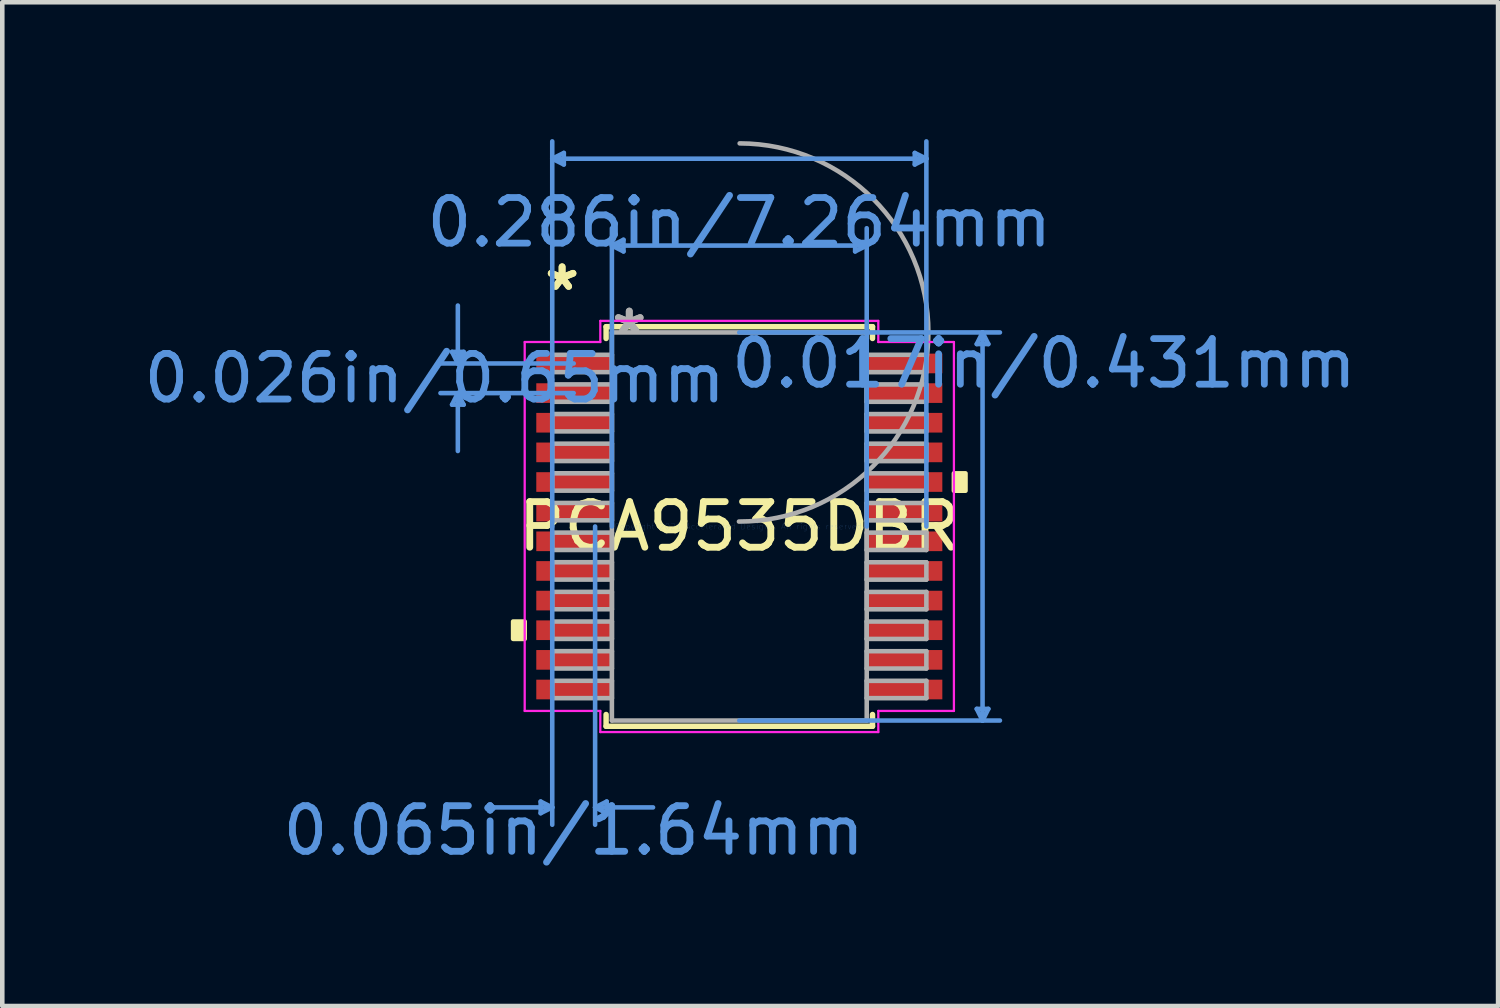
<source format=kicad_pcb>
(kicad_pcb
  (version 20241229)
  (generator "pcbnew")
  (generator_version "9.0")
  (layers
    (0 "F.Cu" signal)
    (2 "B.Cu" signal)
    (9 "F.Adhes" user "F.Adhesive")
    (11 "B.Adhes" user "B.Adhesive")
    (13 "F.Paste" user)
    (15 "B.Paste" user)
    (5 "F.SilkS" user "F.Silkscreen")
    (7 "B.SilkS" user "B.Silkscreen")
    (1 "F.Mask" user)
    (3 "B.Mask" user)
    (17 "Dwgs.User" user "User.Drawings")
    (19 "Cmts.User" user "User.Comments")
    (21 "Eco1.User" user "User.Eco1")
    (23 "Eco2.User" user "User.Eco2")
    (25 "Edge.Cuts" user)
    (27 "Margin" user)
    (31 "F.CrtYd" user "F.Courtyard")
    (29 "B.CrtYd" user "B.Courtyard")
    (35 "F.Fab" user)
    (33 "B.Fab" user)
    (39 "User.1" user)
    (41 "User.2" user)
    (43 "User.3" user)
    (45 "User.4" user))
  (footprint "PCA9535DBR"
    (layer "F.Cu")
    (at 13.162 8.495)
    (property "Reference" "PCA9535DBR" (at 0 0 0) (layer "F.SilkS") (effects (font (size 1 1) (thickness 0.15))))
    (attr smd)
    (fp_line (start -2.921 -4.381) (end -2.921 -4.123) (stroke (width 0.12) (type solid)) (layer "F.SilkS"))
    (fp_line (start -2.921 4.123) (end -2.921 4.381) (stroke (width 0.12) (type solid)) (layer "F.SilkS"))
    (fp_line (start -2.921 4.381) (end 2.921 4.381) (stroke (width 0.12) (type solid)) (layer "F.SilkS"))
    (fp_line (start 2.921 -4.381) (end -2.921 -4.381) (stroke (width 0.12) (type solid)) (layer "F.SilkS"))
    (fp_line (start 2.921 -4.123) (end 2.921 -4.381) (stroke (width 0.12) (type solid)) (layer "F.SilkS"))
    (fp_line (start 2.921 4.381) (end 2.921 4.123) (stroke (width 0.12) (type solid)) (layer "F.SilkS"))
    (fp_poly (pts (xy -4.96 2.084) (xy -4.96 2.465) (xy -4.706 2.465) (xy -4.706 2.084)) (stroke (width 0.1) (type solid)) (fill yes) (layer "F.SilkS"))
    (fp_poly (pts (xy 4.96 -1.165) (xy 4.96 -0.784) (xy 4.706 -0.784) (xy 4.706 -1.165)) (stroke (width 0.1) (type solid)) (fill yes) (layer "F.SilkS"))
    (fp_line (start -6.299 -3.829) (end -6.045 -3.829) (stroke (width 0.1) (type solid)) (layer "Cmts.User"))
    (fp_line (start -6.299 -2.671) (end -6.045 -2.671) (stroke (width 0.1) (type solid)) (layer "Cmts.User"))
    (fp_line (start -6.172 -3.575) (end -6.299 -3.829) (stroke (width 0.1) (type solid)) (layer "Cmts.User"))
    (fp_line (start -6.172 -3.575) (end -6.172 -4.845) (stroke (width 0.1) (type solid)) (layer "Cmts.User"))
    (fp_line (start -6.172 -3.575) (end -6.045 -3.829) (stroke (width 0.1) (type solid)) (layer "Cmts.User"))
    (fp_line (start -6.172 -2.925) (end -6.299 -2.671) (stroke (width 0.1) (type solid)) (layer "Cmts.User"))
    (fp_line (start -6.172 -2.925) (end -6.172 -1.655) (stroke (width 0.1) (type solid)) (layer "Cmts.User"))
    (fp_line (start -6.172 -2.925) (end -6.045 -2.671) (stroke (width 0.1) (type solid)) (layer "Cmts.User"))
    (fp_line (start -4.356 6.032) (end -4.356 6.287) (stroke (width 0.1) (type solid)) (layer "Cmts.User"))
    (fp_line (start -4.102 -8.065) (end -3.848 -8.191) (stroke (width 0.1) (type solid)) (layer "Cmts.User"))
    (fp_line (start -4.102 -8.065) (end -3.848 -7.938) (stroke (width 0.1) (type solid)) (layer "Cmts.User"))
    (fp_line (start -4.102 -8.065) (end 4.102 -8.065) (stroke (width 0.1) (type solid)) (layer "Cmts.User"))
    (fp_line (start -4.102 0) (end -4.102 -8.445) (stroke (width 0.1) (type solid)) (layer "Cmts.User"))
    (fp_line (start -4.102 0) (end -4.102 6.54) (stroke (width 0.1) (type solid)) (layer "Cmts.User"))
    (fp_line (start -4.102 6.16) (end -5.372 6.16) (stroke (width 0.1) (type solid)) (layer "Cmts.User"))
    (fp_line (start -4.102 6.16) (end -4.356 6.032) (stroke (width 0.1) (type solid)) (layer "Cmts.User"))
    (fp_line (start -4.102 6.16) (end -4.356 6.287) (stroke (width 0.1) (type solid)) (layer "Cmts.User"))
    (fp_line (start -3.848 -8.191) (end -3.848 -7.938) (stroke (width 0.1) (type solid)) (layer "Cmts.User"))
    (fp_line (start -3.632 -3.575) (end -6.553 -3.575) (stroke (width 0.1) (type solid)) (layer "Cmts.User"))
    (fp_line (start -3.632 -2.925) (end -6.553 -2.925) (stroke (width 0.1) (type solid)) (layer "Cmts.User"))
    (fp_line (start -3.162 0) (end -3.162 6.54) (stroke (width 0.1) (type solid)) (layer "Cmts.User"))
    (fp_line (start -3.162 6.16) (end -2.908 6.032) (stroke (width 0.1) (type solid)) (layer "Cmts.User"))
    (fp_line (start -3.162 6.16) (end -2.908 6.287) (stroke (width 0.1) (type solid)) (layer "Cmts.User"))
    (fp_line (start -3.162 6.16) (end -1.892 6.16) (stroke (width 0.1) (type solid)) (layer "Cmts.User"))
    (fp_line (start -2.908 6.032) (end -2.908 6.287) (stroke (width 0.1) (type solid)) (layer "Cmts.User"))
    (fp_line (start -2.794 -6.16) (end -2.54 -6.287) (stroke (width 0.1) (type solid)) (layer "Cmts.User"))
    (fp_line (start -2.794 -6.16) (end -2.54 -6.032) (stroke (width 0.1) (type solid)) (layer "Cmts.User"))
    (fp_line (start -2.794 -6.16) (end 2.794 -6.16) (stroke (width 0.1) (type solid)) (layer "Cmts.User"))
    (fp_line (start -2.794 0) (end -2.794 -6.54) (stroke (width 0.1) (type solid)) (layer "Cmts.User"))
    (fp_line (start -2.54 -6.287) (end -2.54 -6.032) (stroke (width 0.1) (type solid)) (layer "Cmts.User"))
    (fp_line (start 0 -4.255) (end 5.715 -4.255) (stroke (width 0.1) (type solid)) (layer "Cmts.User"))
    (fp_line (start 0 4.255) (end 5.715 4.255) (stroke (width 0.1) (type solid)) (layer "Cmts.User"))
    (fp_line (start 2.54 -6.287) (end 2.54 -6.032) (stroke (width 0.1) (type solid)) (layer "Cmts.User"))
    (fp_line (start 2.794 -6.16) (end 2.54 -6.287) (stroke (width 0.1) (type solid)) (layer "Cmts.User"))
    (fp_line (start 2.794 -6.16) (end 2.54 -6.032) (stroke (width 0.1) (type solid)) (layer "Cmts.User"))
    (fp_line (start 2.794 0) (end 2.794 -6.54) (stroke (width 0.1) (type solid)) (layer "Cmts.User"))
    (fp_line (start 3.848 -8.191) (end 3.848 -7.938) (stroke (width 0.1) (type solid)) (layer "Cmts.User"))
    (fp_line (start 4.102 -8.065) (end 3.848 -8.191) (stroke (width 0.1) (type solid)) (layer "Cmts.User"))
    (fp_line (start 4.102 -8.065) (end 3.848 -7.938) (stroke (width 0.1) (type solid)) (layer "Cmts.User"))
    (fp_line (start 4.102 0) (end 4.102 -8.445) (stroke (width 0.1) (type solid)) (layer "Cmts.User"))
    (fp_line (start 5.207 -4) (end 5.461 -4) (stroke (width 0.1) (type solid)) (layer "Cmts.User"))
    (fp_line (start 5.207 4) (end 5.461 4) (stroke (width 0.1) (type solid)) (layer "Cmts.User"))
    (fp_line (start 5.334 -4.255) (end 5.207 -4) (stroke (width 0.1) (type solid)) (layer "Cmts.User"))
    (fp_line (start 5.334 -4.255) (end 5.334 4.255) (stroke (width 0.1) (type solid)) (layer "Cmts.User"))
    (fp_line (start 5.334 -4.255) (end 5.461 -4) (stroke (width 0.1) (type solid)) (layer "Cmts.User"))
    (fp_line (start 5.334 4.255) (end 5.207 4) (stroke (width 0.1) (type solid)) (layer "Cmts.User"))
    (fp_line (start 5.334 4.255) (end 5.461 4) (stroke (width 0.1) (type solid)) (layer "Cmts.User"))
    (fp_line (start -4.706 -4.045) (end -3.048 -4.045) (stroke (width 0.05) (type solid)) (layer "F.CrtYd"))
    (fp_line (start -4.706 4.045) (end -4.706 -4.045) (stroke (width 0.05) (type solid)) (layer "F.CrtYd"))
    (fp_line (start -3.048 -4.508) (end 3.048 -4.508) (stroke (width 0.05) (type solid)) (layer "F.CrtYd"))
    (fp_line (start -3.048 -4.045) (end -3.048 -4.508) (stroke (width 0.05) (type solid)) (layer "F.CrtYd"))
    (fp_line (start -3.048 4.045) (end -4.706 4.045) (stroke (width 0.05) (type solid)) (layer "F.CrtYd"))
    (fp_line (start -3.048 4.508) (end -3.048 4.045) (stroke (width 0.05) (type solid)) (layer "F.CrtYd"))
    (fp_line (start 3.048 -4.508) (end 3.048 -4.045) (stroke (width 0.05) (type solid)) (layer "F.CrtYd"))
    (fp_line (start 3.048 -4.045) (end 4.706 -4.045) (stroke (width 0.05) (type solid)) (layer "F.CrtYd"))
    (fp_line (start 3.048 4.045) (end 3.048 4.508) (stroke (width 0.05) (type solid)) (layer "F.CrtYd"))
    (fp_line (start 3.048 4.508) (end -3.048 4.508) (stroke (width 0.05) (type solid)) (layer "F.CrtYd"))
    (fp_line (start 4.706 -4.045) (end 4.706 4.045) (stroke (width 0.05) (type solid)) (layer "F.CrtYd"))
    (fp_line (start 4.706 4.045) (end 3.048 4.045) (stroke (width 0.05) (type solid)) (layer "F.CrtYd"))
    (fp_line (start -4.102 -3.765) (end -4.102 -3.385) (stroke (width 0.1) (type solid)) (layer "F.Fab"))
    (fp_line (start -4.102 -3.385) (end -2.794 -3.385) (stroke (width 0.1) (type solid)) (layer "F.Fab"))
    (fp_line (start -4.102 -3.116) (end -4.102 -2.735) (stroke (width 0.1) (type solid)) (layer "F.Fab"))
    (fp_line (start -4.102 -2.735) (end -2.794 -2.735) (stroke (width 0.1) (type solid)) (layer "F.Fab"))
    (fp_line (start -4.102 -2.466) (end -4.102 -2.085) (stroke (width 0.1) (type solid)) (layer "F.Fab"))
    (fp_line (start -4.102 -2.085) (end -2.794 -2.085) (stroke (width 0.1) (type solid)) (layer "F.Fab"))
    (fp_line (start -4.102 -1.816) (end -4.102 -1.435) (stroke (width 0.1) (type solid)) (layer "F.Fab"))
    (fp_line (start -4.102 -1.435) (end -2.794 -1.435) (stroke (width 0.1) (type solid)) (layer "F.Fab"))
    (fp_line (start -4.102 -1.166) (end -4.102 -0.785) (stroke (width 0.1) (type solid)) (layer "F.Fab"))
    (fp_line (start -4.102 -0.785) (end -2.794 -0.785) (stroke (width 0.1) (type solid)) (layer "F.Fab"))
    (fp_line (start -4.102 -0.516) (end -4.102 -0.135) (stroke (width 0.1) (type solid)) (layer "F.Fab"))
    (fp_line (start -4.102 -0.135) (end -2.794 -0.135) (stroke (width 0.1) (type solid)) (layer "F.Fab"))
    (fp_line (start -4.102 0.134) (end -4.102 0.515) (stroke (width 0.1) (type solid)) (layer "F.Fab"))
    (fp_line (start -4.102 0.515) (end -2.794 0.515) (stroke (width 0.1) (type solid)) (layer "F.Fab"))
    (fp_line (start -4.102 0.784) (end -4.102 1.165) (stroke (width 0.1) (type solid)) (layer "F.Fab"))
    (fp_line (start -4.102 1.165) (end -2.794 1.165) (stroke (width 0.1) (type solid)) (layer "F.Fab"))
    (fp_line (start -4.102 1.434) (end -4.102 1.815) (stroke (width 0.1) (type solid)) (layer "F.Fab"))
    (fp_line (start -4.102 1.815) (end -2.794 1.815) (stroke (width 0.1) (type solid)) (layer "F.Fab"))
    (fp_line (start -4.102 2.084) (end -4.102 2.465) (stroke (width 0.1) (type solid)) (layer "F.Fab"))
    (fp_line (start -4.102 2.465) (end -2.794 2.465) (stroke (width 0.1) (type solid)) (layer "F.Fab"))
    (fp_line (start -4.102 2.734) (end -4.102 3.115) (stroke (width 0.1) (type solid)) (layer "F.Fab"))
    (fp_line (start -4.102 3.115) (end -2.794 3.115) (stroke (width 0.1) (type solid)) (layer "F.Fab"))
    (fp_line (start -4.102 3.384) (end -4.102 3.765) (stroke (width 0.1) (type solid)) (layer "F.Fab"))
    (fp_line (start -4.102 3.765) (end -2.794 3.765) (stroke (width 0.1) (type solid)) (layer "F.Fab"))
    (fp_line (start -2.794 -4.255) (end -2.794 4.255) (stroke (width 0.1) (type solid)) (layer "F.Fab"))
    (fp_line (start -2.794 -3.765) (end -4.102 -3.765) (stroke (width 0.1) (type solid)) (layer "F.Fab"))
    (fp_line (start -2.794 -3.385) (end -2.794 -3.765) (stroke (width 0.1) (type solid)) (layer "F.Fab"))
    (fp_line (start -2.794 -3.116) (end -4.102 -3.116) (stroke (width 0.1) (type solid)) (layer "F.Fab"))
    (fp_line (start -2.794 -2.735) (end -2.794 -3.116) (stroke (width 0.1) (type solid)) (layer "F.Fab"))
    (fp_line (start -2.794 -2.466) (end -4.102 -2.466) (stroke (width 0.1) (type solid)) (layer "F.Fab"))
    (fp_line (start -2.794 -2.085) (end -2.794 -2.466) (stroke (width 0.1) (type solid)) (layer "F.Fab"))
    (fp_line (start -2.794 -1.816) (end -4.102 -1.816) (stroke (width 0.1) (type solid)) (layer "F.Fab"))
    (fp_line (start -2.794 -1.435) (end -2.794 -1.816) (stroke (width 0.1) (type solid)) (layer "F.Fab"))
    (fp_line (start -2.794 -1.166) (end -4.102 -1.166) (stroke (width 0.1) (type solid)) (layer "F.Fab"))
    (fp_line (start -2.794 -0.785) (end -2.794 -1.166) (stroke (width 0.1) (type solid)) (layer "F.Fab"))
    (fp_line (start -2.794 -0.516) (end -4.102 -0.516) (stroke (width 0.1) (type solid)) (layer "F.Fab"))
    (fp_line (start -2.794 -0.135) (end -2.794 -0.516) (stroke (width 0.1) (type solid)) (layer "F.Fab"))
    (fp_line (start -2.794 0.134) (end -4.102 0.134) (stroke (width 0.1) (type solid)) (layer "F.Fab"))
    (fp_line (start -2.794 0.515) (end -2.794 0.134) (stroke (width 0.1) (type solid)) (layer "F.Fab"))
    (fp_line (start -2.794 0.784) (end -4.102 0.784) (stroke (width 0.1) (type solid)) (layer "F.Fab"))
    (fp_line (start -2.794 1.165) (end -2.794 0.784) (stroke (width 0.1) (type solid)) (layer "F.Fab"))
    (fp_line (start -2.794 1.434) (end -4.102 1.434) (stroke (width 0.1) (type solid)) (layer "F.Fab"))
    (fp_line (start -2.794 1.815) (end -2.794 1.434) (stroke (width 0.1) (type solid)) (layer "F.Fab"))
    (fp_line (start -2.794 2.084) (end -4.102 2.084) (stroke (width 0.1) (type solid)) (layer "F.Fab"))
    (fp_line (start -2.794 2.465) (end -2.794 2.084) (stroke (width 0.1) (type solid)) (layer "F.Fab"))
    (fp_line (start -2.794 2.734) (end -4.102 2.734) (stroke (width 0.1) (type solid)) (layer "F.Fab"))
    (fp_line (start -2.794 3.115) (end -2.794 2.734) (stroke (width 0.1) (type solid)) (layer "F.Fab"))
    (fp_line (start -2.794 3.384) (end -4.102 3.384) (stroke (width 0.1) (type solid)) (layer "F.Fab"))
    (fp_line (start -2.794 3.765) (end -2.794 3.384) (stroke (width 0.1) (type solid)) (layer "F.Fab"))
    (fp_line (start -2.794 4.255) (end 2.794 4.255) (stroke (width 0.1) (type solid)) (layer "F.Fab"))
    (fp_line (start 2.794 -4.255) (end -2.794 -4.255) (stroke (width 0.1) (type solid)) (layer "F.Fab"))
    (fp_line (start 2.794 -3.765) (end 2.794 -3.384) (stroke (width 0.1) (type solid)) (layer "F.Fab"))
    (fp_line (start 2.794 -3.384) (end 4.102 -3.384) (stroke (width 0.1) (type solid)) (layer "F.Fab"))
    (fp_line (start 2.794 -3.115) (end 2.794 -2.734) (stroke (width 0.1) (type solid)) (layer "F.Fab"))
    (fp_line (start 2.794 -2.734) (end 4.102 -2.734) (stroke (width 0.1) (type solid)) (layer "F.Fab"))
    (fp_line (start 2.794 -2.465) (end 2.794 -2.084) (stroke (width 0.1) (type solid)) (layer "F.Fab"))
    (fp_line (start 2.794 -2.084) (end 4.102 -2.084) (stroke (width 0.1) (type solid)) (layer "F.Fab"))
    (fp_line (start 2.794 -1.815) (end 2.794 -1.434) (stroke (width 0.1) (type solid)) (layer "F.Fab"))
    (fp_line (start 2.794 -1.434) (end 4.102 -1.434) (stroke (width 0.1) (type solid)) (layer "F.Fab"))
    (fp_line (start 2.794 -1.165) (end 2.794 -0.784) (stroke (width 0.1) (type solid)) (layer "F.Fab"))
    (fp_line (start 2.794 -0.784) (end 4.102 -0.784) (stroke (width 0.1) (type solid)) (layer "F.Fab"))
    (fp_line (start 2.794 -0.515) (end 2.794 -0.134) (stroke (width 0.1) (type solid)) (layer "F.Fab"))
    (fp_line (start 2.794 -0.134) (end 4.102 -0.134) (stroke (width 0.1) (type solid)) (layer "F.Fab"))
    (fp_line (start 2.794 0.135) (end 2.794 0.516) (stroke (width 0.1) (type solid)) (layer "F.Fab"))
    (fp_line (start 2.794 0.516) (end 4.102 0.516) (stroke (width 0.1) (type solid)) (layer "F.Fab"))
    (fp_line (start 2.794 0.785) (end 2.794 1.166) (stroke (width 0.1) (type solid)) (layer "F.Fab"))
    (fp_line (start 2.794 1.166) (end 4.102 1.166) (stroke (width 0.1) (type solid)) (layer "F.Fab"))
    (fp_line (start 2.794 1.435) (end 2.794 1.816) (stroke (width 0.1) (type solid)) (layer "F.Fab"))
    (fp_line (start 2.794 1.816) (end 4.102 1.816) (stroke (width 0.1) (type solid)) (layer "F.Fab"))
    (fp_line (start 2.794 2.084) (end 2.794 2.466) (stroke (width 0.1) (type solid)) (layer "F.Fab"))
    (fp_line (start 2.794 2.466) (end 4.102 2.466) (stroke (width 0.1) (type solid)) (layer "F.Fab"))
    (fp_line (start 2.794 2.735) (end 2.794 3.115) (stroke (width 0.1) (type solid)) (layer "F.Fab"))
    (fp_line (start 2.794 3.115) (end 4.102 3.115) (stroke (width 0.1) (type solid)) (layer "F.Fab"))
    (fp_line (start 2.794 3.385) (end 2.794 3.765) (stroke (width 0.1) (type solid)) (layer "F.Fab"))
    (fp_line (start 2.794 3.765) (end 4.102 3.765) (stroke (width 0.1) (type solid)) (layer "F.Fab"))
    (fp_line (start 2.794 4.255) (end 2.794 -4.255) (stroke (width 0.1) (type solid)) (layer "F.Fab"))
    (fp_line (start 4.102 -3.765) (end 2.794 -3.765) (stroke (width 0.1) (type solid)) (layer "F.Fab"))
    (fp_line (start 4.102 -3.384) (end 4.102 -3.765) (stroke (width 0.1) (type solid)) (layer "F.Fab"))
    (fp_line (start 4.102 -3.115) (end 2.794 -3.115) (stroke (width 0.1) (type solid)) (layer "F.Fab"))
    (fp_line (start 4.102 -2.734) (end 4.102 -3.115) (stroke (width 0.1) (type solid)) (layer "F.Fab"))
    (fp_line (start 4.102 -2.465) (end 2.794 -2.465) (stroke (width 0.1) (type solid)) (layer "F.Fab"))
    (fp_line (start 4.102 -2.084) (end 4.102 -2.465) (stroke (width 0.1) (type solid)) (layer "F.Fab"))
    (fp_line (start 4.102 -1.815) (end 2.794 -1.815) (stroke (width 0.1) (type solid)) (layer "F.Fab"))
    (fp_line (start 4.102 -1.434) (end 4.102 -1.815) (stroke (width 0.1) (type solid)) (layer "F.Fab"))
    (fp_line (start 4.102 -1.165) (end 2.794 -1.165) (stroke (width 0.1) (type solid)) (layer "F.Fab"))
    (fp_line (start 4.102 -0.784) (end 4.102 -1.165) (stroke (width 0.1) (type solid)) (layer "F.Fab"))
    (fp_line (start 4.102 -0.515) (end 2.794 -0.515) (stroke (width 0.1) (type solid)) (layer "F.Fab"))
    (fp_line (start 4.102 -0.134) (end 4.102 -0.515) (stroke (width 0.1) (type solid)) (layer "F.Fab"))
    (fp_line (start 4.102 0.135) (end 2.794 0.135) (stroke (width 0.1) (type solid)) (layer "F.Fab"))
    (fp_line (start 4.102 0.516) (end 4.102 0.135) (stroke (width 0.1) (type solid)) (layer "F.Fab"))
    (fp_line (start 4.102 0.785) (end 2.794 0.785) (stroke (width 0.1) (type solid)) (layer "F.Fab"))
    (fp_line (start 4.102 1.166) (end 4.102 0.785) (stroke (width 0.1) (type solid)) (layer "F.Fab"))
    (fp_line (start 4.102 1.435) (end 2.794 1.435) (stroke (width 0.1) (type solid)) (layer "F.Fab"))
    (fp_line (start 4.102 1.816) (end 4.102 1.435) (stroke (width 0.1) (type solid)) (layer "F.Fab"))
    (fp_line (start 4.102 2.084) (end 2.794 2.084) (stroke (width 0.1) (type solid)) (layer "F.Fab"))
    (fp_line (start 4.102 2.466) (end 4.102 2.084) (stroke (width 0.1) (type solid)) (layer "F.Fab"))
    (fp_line (start 4.102 2.735) (end 2.794 2.735) (stroke (width 0.1) (type solid)) (layer "F.Fab"))
    (fp_line (start 4.102 3.115) (end 4.102 2.735) (stroke (width 0.1) (type solid)) (layer "F.Fab"))
    (fp_line (start 4.102 3.385) (end 2.794 3.385) (stroke (width 0.1) (type solid)) (layer "F.Fab"))
    (fp_line (start 4.102 3.765) (end 4.102 3.385) (stroke (width 0.1) (type solid)) (layer "F.Fab"))
    (fp_arc (start 0.007742 -8.400936) (mid 4.146436 -4.246758) (end -0.007742 -0.108064) (stroke (width 0.1) (type solid)) (layer "F.Fab"))
    (fp_text user "*" (at -3.886 -5.149 0) (layer "F.SilkS") (effects (font (size 1 1) (thickness 0.15))))
    (fp_text user "*" (at -3.886 -5.149 0) (layer "F.SilkS") (effects (font (size 1 1) (thickness 0.15))))
    (fp_text user "0.026in/0.65mm" (at -6.68 -3.25 0) (layer "Cmts.User") (effects (font (size 1 1) (thickness 0.15))))
    (fp_text user "0.286in/7.264mm" (at 0 -6.668 0) (layer "Cmts.User") (effects (font (size 1 1) (thickness 0.15))))
    (fp_text user "0.065in/1.64mm" (at -3.632 6.668 0) (layer "Cmts.User") (effects (font (size 1 1) (thickness 0.15))))
    (fp_text user "Copyright 2021 Accelerated Designs. All rights reserved." (at 0 0 0) (layer "Cmts.User") (effects (font (size 0.127 0.127) (thickness 0.002))))
    (fp_text user "0.017in/0.431mm" (at 6.68 -3.575 0) (layer "Cmts.User") (effects (font (size 1 1) (thickness 0.15))))
    (fp_text user "*" (at -2.413 -4.178 0) (layer "F.Fab") (effects (font (size 1 1) (thickness 0.15))))
    (fp_text user "*" (at -2.413 -4.178 0) (layer "F.Fab") (effects (font (size 1 1) (thickness 0.15))))
    (pad "1" smd rect (at -3.632 -3.575) (size 1.64 0.431) (layers "F.Cu" "F.Mask" "F.Paste"))
    (pad "2" smd rect (at -3.632 -2.925) (size 1.64 0.431) (layers "F.Cu" "F.Mask" "F.Paste"))
    (pad "3" smd rect (at -3.632 -2.275) (size 1.64 0.431) (layers "F.Cu" "F.Mask" "F.Paste"))
    (pad "4" smd rect (at -3.632 -1.625) (size 1.64 0.431) (layers "F.Cu" "F.Mask" "F.Paste"))
    (pad "5" smd rect (at -3.632 -0.975) (size 1.64 0.431) (layers "F.Cu" "F.Mask" "F.Paste"))
    (pad "6" smd rect (at -3.632 -0.325) (size 1.64 0.431) (layers "F.Cu" "F.Mask" "F.Paste"))
    (pad "7" smd rect (at -3.632 0.325) (size 1.64 0.431) (layers "F.Cu" "F.Mask" "F.Paste"))
    (pad "8" smd rect (at -3.632 0.975) (size 1.64 0.431) (layers "F.Cu" "F.Mask" "F.Paste"))
    (pad "9" smd rect (at -3.632 1.625) (size 1.64 0.431) (layers "F.Cu" "F.Mask" "F.Paste"))
    (pad "10" smd rect (at -3.632 2.275) (size 1.64 0.431) (layers "F.Cu" "F.Mask" "F.Paste"))
    (pad "11" smd rect (at -3.632 2.925) (size 1.64 0.431) (layers "F.Cu" "F.Mask" "F.Paste"))
    (pad "12" smd rect (at -3.632 3.575) (size 1.64 0.431) (layers "F.Cu" "F.Mask" "F.Paste"))
    (pad "13" smd rect (at 3.632 3.575) (size 1.64 0.431) (layers "F.Cu" "F.Mask" "F.Paste"))
    (pad "14" smd rect (at 3.632 2.925) (size 1.64 0.431) (layers "F.Cu" "F.Mask" "F.Paste"))
    (pad "15" smd rect (at 3.632 2.275) (size 1.64 0.431) (layers "F.Cu" "F.Mask" "F.Paste"))
    (pad "16" smd rect (at 3.632 1.625) (size 1.64 0.431) (layers "F.Cu" "F.Mask" "F.Paste"))
    (pad "17" smd rect (at 3.632 0.975) (size 1.64 0.431) (layers "F.Cu" "F.Mask" "F.Paste"))
    (pad "18" smd rect (at 3.632 0.325) (size 1.64 0.431) (layers "F.Cu" "F.Mask" "F.Paste"))
    (pad "19" smd rect (at 3.632 -0.325) (size 1.64 0.431) (layers "F.Cu" "F.Mask" "F.Paste"))
    (pad "20" smd rect (at 3.632 -0.975) (size 1.64 0.431) (layers "F.Cu" "F.Mask" "F.Paste"))
    (pad "21" smd rect (at 3.632 -1.625) (size 1.64 0.431) (layers "F.Cu" "F.Mask" "F.Paste"))
    (pad "22" smd rect (at 3.632 -2.275) (size 1.64 0.431) (layers "F.Cu" "F.Mask" "F.Paste"))
    (pad "23" smd rect (at 3.632 -2.925) (size 1.64 0.431) (layers "F.Cu" "F.Mask" "F.Paste"))
    (pad "24" smd rect (at 3.632 -3.575) (size 1.64 0.431) (layers "F.Cu" "F.Mask" "F.Paste")))
  (gr_rect
    (start -3 -3)
    (end 29.801 19.011)
    (stroke (width 0.1) (type default))
    (fill no)
    (layer "Edge.Cuts")))
</source>
